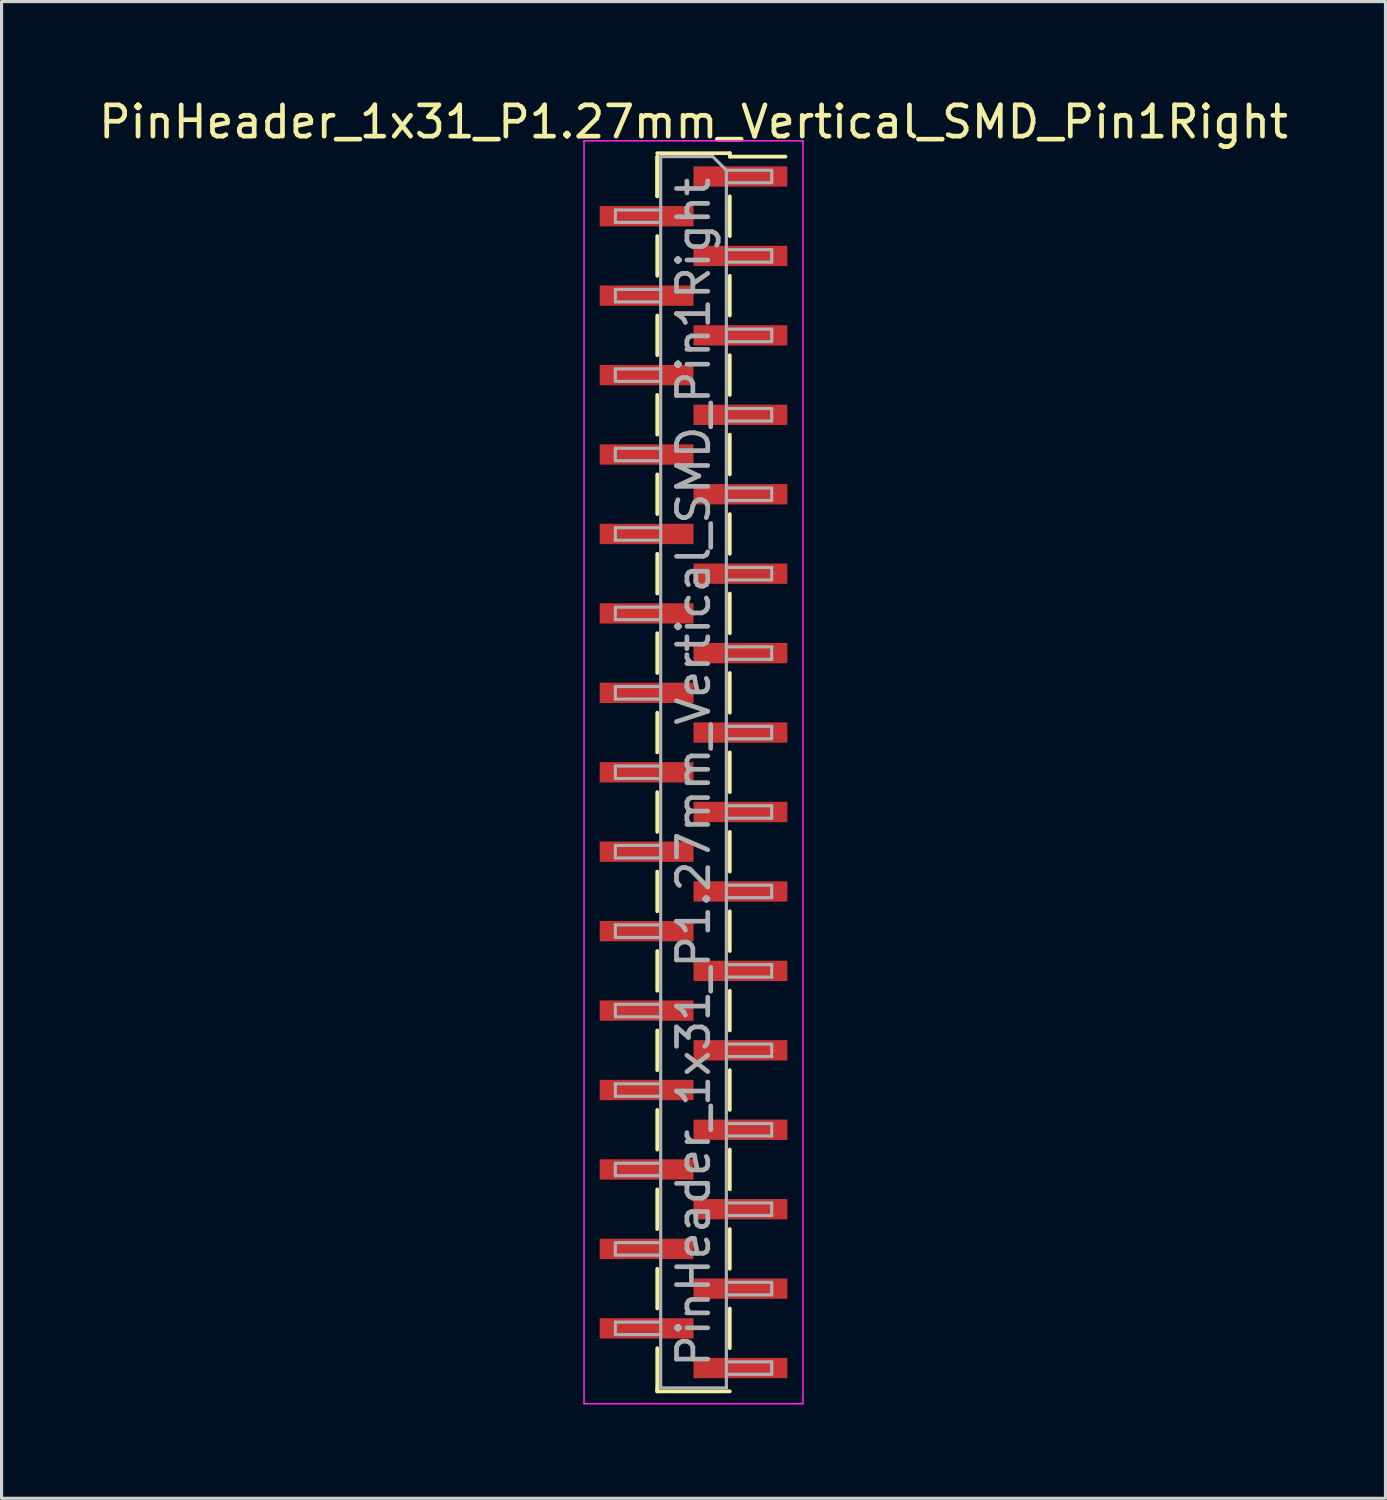
<source format=kicad_pcb>
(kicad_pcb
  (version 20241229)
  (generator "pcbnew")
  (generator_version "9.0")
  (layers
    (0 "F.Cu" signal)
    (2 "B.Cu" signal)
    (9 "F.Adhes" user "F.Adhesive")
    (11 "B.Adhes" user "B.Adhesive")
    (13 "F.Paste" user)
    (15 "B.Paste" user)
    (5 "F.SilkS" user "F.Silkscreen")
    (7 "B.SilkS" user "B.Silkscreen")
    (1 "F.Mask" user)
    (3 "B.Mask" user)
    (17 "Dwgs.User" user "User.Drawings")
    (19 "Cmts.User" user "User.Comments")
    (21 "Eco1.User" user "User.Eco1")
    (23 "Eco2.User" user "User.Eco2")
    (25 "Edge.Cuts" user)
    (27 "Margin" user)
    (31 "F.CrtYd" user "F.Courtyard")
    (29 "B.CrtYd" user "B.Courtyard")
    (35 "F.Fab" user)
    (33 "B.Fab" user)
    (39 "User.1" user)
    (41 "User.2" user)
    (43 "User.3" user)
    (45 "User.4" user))
  (footprint "PinHeader_1x31_P1.27mm_Vertical_SMD_Pin1Right"
    (layer "F.Cu")
    (at 19.125 21.643)
    (property "Reference" "PinHeader_1x31_P1.27mm_Vertical_SMD_Pin1Right" (at 0 -20.795 0) (layer "F.SilkS") (effects (font (size 1 1) (thickness 0.15))))
    (attr smd)
    (fp_line (start -1.16 -19.795) (end 1.16 -19.795) (stroke (width 0.12) (type solid)) (layer "F.SilkS"))
    (fp_line (start -1.16 -19.685) (end -1.16 -18.415) (stroke (width 0.12) (type solid)) (layer "F.SilkS"))
    (fp_line (start -1.16 -19.685) (end -1.16 -18.415) (stroke (width 0.12) (type solid)) (layer "F.SilkS"))
    (fp_line (start -1.16 -17.145) (end -1.16 -15.875) (stroke (width 0.12) (type solid)) (layer "F.SilkS"))
    (fp_line (start -1.16 -14.605) (end -1.16 -13.335) (stroke (width 0.12) (type solid)) (layer "F.SilkS"))
    (fp_line (start -1.16 -12.065) (end -1.16 -10.795) (stroke (width 0.12) (type solid)) (layer "F.SilkS"))
    (fp_line (start -1.16 -9.525) (end -1.16 -8.255) (stroke (width 0.12) (type solid)) (layer "F.SilkS"))
    (fp_line (start -1.16 -6.985) (end -1.16 -5.715) (stroke (width 0.12) (type solid)) (layer "F.SilkS"))
    (fp_line (start -1.16 -4.445) (end -1.16 -3.175) (stroke (width 0.12) (type solid)) (layer "F.SilkS"))
    (fp_line (start -1.16 -1.905) (end -1.16 -0.635) (stroke (width 0.12) (type solid)) (layer "F.SilkS"))
    (fp_line (start -1.16 0.635) (end -1.16 1.905) (stroke (width 0.12) (type solid)) (layer "F.SilkS"))
    (fp_line (start -1.16 3.175) (end -1.16 4.445) (stroke (width 0.12) (type solid)) (layer "F.SilkS"))
    (fp_line (start -1.16 5.715) (end -1.16 6.985) (stroke (width 0.12) (type solid)) (layer "F.SilkS"))
    (fp_line (start -1.16 8.255) (end -1.16 9.525) (stroke (width 0.12) (type solid)) (layer "F.SilkS"))
    (fp_line (start -1.16 10.795) (end -1.16 12.065) (stroke (width 0.12) (type solid)) (layer "F.SilkS"))
    (fp_line (start -1.16 13.335) (end -1.16 14.605) (stroke (width 0.12) (type solid)) (layer "F.SilkS"))
    (fp_line (start -1.16 15.875) (end -1.16 17.145) (stroke (width 0.12) (type solid)) (layer "F.SilkS"))
    (fp_line (start -1.16 18.415) (end -1.16 19.795) (stroke (width 0.12) (type solid)) (layer "F.SilkS"))
    (fp_line (start -1.16 19.685) (end -1.16 19.795) (stroke (width 0.12) (type solid)) (layer "F.SilkS"))
    (fp_line (start -1.16 19.795) (end 1.16 19.795) (stroke (width 0.12) (type solid)) (layer "F.SilkS"))
    (fp_line (start 1.16 -19.795) (end 1.16 -19.685) (stroke (width 0.12) (type solid)) (layer "F.SilkS"))
    (fp_line (start 1.16 -19.685) (end 2.94 -19.685) (stroke (width 0.12) (type solid)) (layer "F.SilkS"))
    (fp_line (start 1.16 -18.415) (end 1.16 -17.145) (stroke (width 0.12) (type solid)) (layer "F.SilkS"))
    (fp_line (start 1.16 -15.875) (end 1.16 -14.605) (stroke (width 0.12) (type solid)) (layer "F.SilkS"))
    (fp_line (start 1.16 -13.335) (end 1.16 -12.065) (stroke (width 0.12) (type solid)) (layer "F.SilkS"))
    (fp_line (start 1.16 -10.795) (end 1.16 -9.525) (stroke (width 0.12) (type solid)) (layer "F.SilkS"))
    (fp_line (start 1.16 -8.255) (end 1.16 -6.985) (stroke (width 0.12) (type solid)) (layer "F.SilkS"))
    (fp_line (start 1.16 -5.715) (end 1.16 -4.445) (stroke (width 0.12) (type solid)) (layer "F.SilkS"))
    (fp_line (start 1.16 -3.175) (end 1.16 -1.905) (stroke (width 0.12) (type solid)) (layer "F.SilkS"))
    (fp_line (start 1.16 -0.635) (end 1.16 0.635) (stroke (width 0.12) (type solid)) (layer "F.SilkS"))
    (fp_line (start 1.16 1.905) (end 1.16 3.175) (stroke (width 0.12) (type solid)) (layer "F.SilkS"))
    (fp_line (start 1.16 4.445) (end 1.16 5.715) (stroke (width 0.12) (type solid)) (layer "F.SilkS"))
    (fp_line (start 1.16 6.985) (end 1.16 8.255) (stroke (width 0.12) (type solid)) (layer "F.SilkS"))
    (fp_line (start 1.16 9.525) (end 1.16 10.795) (stroke (width 0.12) (type solid)) (layer "F.SilkS"))
    (fp_line (start 1.16 12.065) (end 1.16 13.335) (stroke (width 0.12) (type solid)) (layer "F.SilkS"))
    (fp_line (start 1.16 14.605) (end 1.16 15.875) (stroke (width 0.12) (type solid)) (layer "F.SilkS"))
    (fp_line (start 1.16 17.145) (end 1.16 18.415) (stroke (width 0.12) (type solid)) (layer "F.SilkS"))
    (fp_line (start -3.5 -20.19) (end -3.5 20.19) (stroke (width 0.05) (type solid)) (layer "F.CrtYd"))
    (fp_line (start -3.5 20.19) (end 3.5 20.19) (stroke (width 0.05) (type solid)) (layer "F.CrtYd"))
    (fp_line (start 3.5 -20.19) (end -3.5 -20.19) (stroke (width 0.05) (type solid)) (layer "F.CrtYd"))
    (fp_line (start 3.5 20.19) (end 3.5 -20.19) (stroke (width 0.05) (type solid)) (layer "F.CrtYd"))
    (fp_line (start -2.5 -17.98) (end -2.5 -17.58) (stroke (width 0.1) (type solid)) (layer "F.Fab"))
    (fp_line (start -2.5 -17.58) (end -1.05 -17.58) (stroke (width 0.1) (type solid)) (layer "F.Fab"))
    (fp_line (start -2.5 -15.44) (end -2.5 -15.04) (stroke (width 0.1) (type solid)) (layer "F.Fab"))
    (fp_line (start -2.5 -15.04) (end -1.05 -15.04) (stroke (width 0.1) (type solid)) (layer "F.Fab"))
    (fp_line (start -2.5 -12.9) (end -2.5 -12.5) (stroke (width 0.1) (type solid)) (layer "F.Fab"))
    (fp_line (start -2.5 -12.5) (end -1.05 -12.5) (stroke (width 0.1) (type solid)) (layer "F.Fab"))
    (fp_line (start -2.5 -10.36) (end -2.5 -9.96) (stroke (width 0.1) (type solid)) (layer "F.Fab"))
    (fp_line (start -2.5 -9.96) (end -1.05 -9.96) (stroke (width 0.1) (type solid)) (layer "F.Fab"))
    (fp_line (start -2.5 -7.82) (end -2.5 -7.42) (stroke (width 0.1) (type solid)) (layer "F.Fab"))
    (fp_line (start -2.5 -7.42) (end -1.05 -7.42) (stroke (width 0.1) (type solid)) (layer "F.Fab"))
    (fp_line (start -2.5 -5.28) (end -2.5 -4.88) (stroke (width 0.1) (type solid)) (layer "F.Fab"))
    (fp_line (start -2.5 -4.88) (end -1.05 -4.88) (stroke (width 0.1) (type solid)) (layer "F.Fab"))
    (fp_line (start -2.5 -2.74) (end -2.5 -2.34) (stroke (width 0.1) (type solid)) (layer "F.Fab"))
    (fp_line (start -2.5 -2.34) (end -1.05 -2.34) (stroke (width 0.1) (type solid)) (layer "F.Fab"))
    (fp_line (start -2.5 -0.2) (end -2.5 0.2) (stroke (width 0.1) (type solid)) (layer "F.Fab"))
    (fp_line (start -2.5 0.2) (end -1.05 0.2) (stroke (width 0.1) (type solid)) (layer "F.Fab"))
    (fp_line (start -2.5 2.34) (end -2.5 2.74) (stroke (width 0.1) (type solid)) (layer "F.Fab"))
    (fp_line (start -2.5 2.74) (end -1.05 2.74) (stroke (width 0.1) (type solid)) (layer "F.Fab"))
    (fp_line (start -2.5 4.88) (end -2.5 5.28) (stroke (width 0.1) (type solid)) (layer "F.Fab"))
    (fp_line (start -2.5 5.28) (end -1.05 5.28) (stroke (width 0.1) (type solid)) (layer "F.Fab"))
    (fp_line (start -2.5 7.42) (end -2.5 7.82) (stroke (width 0.1) (type solid)) (layer "F.Fab"))
    (fp_line (start -2.5 7.82) (end -1.05 7.82) (stroke (width 0.1) (type solid)) (layer "F.Fab"))
    (fp_line (start -2.5 9.96) (end -2.5 10.36) (stroke (width 0.1) (type solid)) (layer "F.Fab"))
    (fp_line (start -2.5 10.36) (end -1.05 10.36) (stroke (width 0.1) (type solid)) (layer "F.Fab"))
    (fp_line (start -2.5 12.5) (end -2.5 12.9) (stroke (width 0.1) (type solid)) (layer "F.Fab"))
    (fp_line (start -2.5 12.9) (end -1.05 12.9) (stroke (width 0.1) (type solid)) (layer "F.Fab"))
    (fp_line (start -2.5 15.04) (end -2.5 15.44) (stroke (width 0.1) (type solid)) (layer "F.Fab"))
    (fp_line (start -2.5 15.44) (end -1.05 15.44) (stroke (width 0.1) (type solid)) (layer "F.Fab"))
    (fp_line (start -2.5 17.58) (end -2.5 17.98) (stroke (width 0.1) (type solid)) (layer "F.Fab"))
    (fp_line (start -2.5 17.98) (end -1.05 17.98) (stroke (width 0.1) (type solid)) (layer "F.Fab"))
    (fp_line (start -1.05 -19.685) (end -1.05 19.685) (stroke (width 0.1) (type solid)) (layer "F.Fab"))
    (fp_line (start -1.05 -19.685) (end 0.615 -19.685) (stroke (width 0.1) (type solid)) (layer "F.Fab"))
    (fp_line (start -1.05 -17.98) (end -2.5 -17.98) (stroke (width 0.1) (type solid)) (layer "F.Fab"))
    (fp_line (start -1.05 -15.44) (end -2.5 -15.44) (stroke (width 0.1) (type solid)) (layer "F.Fab"))
    (fp_line (start -1.05 -12.9) (end -2.5 -12.9) (stroke (width 0.1) (type solid)) (layer "F.Fab"))
    (fp_line (start -1.05 -10.36) (end -2.5 -10.36) (stroke (width 0.1) (type solid)) (layer "F.Fab"))
    (fp_line (start -1.05 -7.82) (end -2.5 -7.82) (stroke (width 0.1) (type solid)) (layer "F.Fab"))
    (fp_line (start -1.05 -5.28) (end -2.5 -5.28) (stroke (width 0.1) (type solid)) (layer "F.Fab"))
    (fp_line (start -1.05 -2.74) (end -2.5 -2.74) (stroke (width 0.1) (type solid)) (layer "F.Fab"))
    (fp_line (start -1.05 -0.2) (end -2.5 -0.2) (stroke (width 0.1) (type solid)) (layer "F.Fab"))
    (fp_line (start -1.05 2.34) (end -2.5 2.34) (stroke (width 0.1) (type solid)) (layer "F.Fab"))
    (fp_line (start -1.05 4.88) (end -2.5 4.88) (stroke (width 0.1) (type solid)) (layer "F.Fab"))
    (fp_line (start -1.05 7.42) (end -2.5 7.42) (stroke (width 0.1) (type solid)) (layer "F.Fab"))
    (fp_line (start -1.05 9.96) (end -2.5 9.96) (stroke (width 0.1) (type solid)) (layer "F.Fab"))
    (fp_line (start -1.05 12.5) (end -2.5 12.5) (stroke (width 0.1) (type solid)) (layer "F.Fab"))
    (fp_line (start -1.05 15.04) (end -2.5 15.04) (stroke (width 0.1) (type solid)) (layer "F.Fab"))
    (fp_line (start -1.05 17.58) (end -2.5 17.58) (stroke (width 0.1) (type solid)) (layer "F.Fab"))
    (fp_line (start 1.05 -19.25) (end 0.615 -19.685) (stroke (width 0.1) (type solid)) (layer "F.Fab"))
    (fp_line (start 1.05 -19.25) (end 2.5 -19.25) (stroke (width 0.1) (type solid)) (layer "F.Fab"))
    (fp_line (start 1.05 -16.71) (end 2.5 -16.71) (stroke (width 0.1) (type solid)) (layer "F.Fab"))
    (fp_line (start 1.05 -14.17) (end 2.5 -14.17) (stroke (width 0.1) (type solid)) (layer "F.Fab"))
    (fp_line (start 1.05 -11.63) (end 2.5 -11.63) (stroke (width 0.1) (type solid)) (layer "F.Fab"))
    (fp_line (start 1.05 -9.09) (end 2.5 -9.09) (stroke (width 0.1) (type solid)) (layer "F.Fab"))
    (fp_line (start 1.05 -6.55) (end 2.5 -6.55) (stroke (width 0.1) (type solid)) (layer "F.Fab"))
    (fp_line (start 1.05 -4.01) (end 2.5 -4.01) (stroke (width 0.1) (type solid)) (layer "F.Fab"))
    (fp_line (start 1.05 -1.47) (end 2.5 -1.47) (stroke (width 0.1) (type solid)) (layer "F.Fab"))
    (fp_line (start 1.05 1.07) (end 2.5 1.07) (stroke (width 0.1) (type solid)) (layer "F.Fab"))
    (fp_line (start 1.05 3.61) (end 2.5 3.61) (stroke (width 0.1) (type solid)) (layer "F.Fab"))
    (fp_line (start 1.05 6.15) (end 2.5 6.15) (stroke (width 0.1) (type solid)) (layer "F.Fab"))
    (fp_line (start 1.05 8.69) (end 2.5 8.69) (stroke (width 0.1) (type solid)) (layer "F.Fab"))
    (fp_line (start 1.05 11.23) (end 2.5 11.23) (stroke (width 0.1) (type solid)) (layer "F.Fab"))
    (fp_line (start 1.05 13.77) (end 2.5 13.77) (stroke (width 0.1) (type solid)) (layer "F.Fab"))
    (fp_line (start 1.05 16.31) (end 2.5 16.31) (stroke (width 0.1) (type solid)) (layer "F.Fab"))
    (fp_line (start 1.05 18.85) (end 2.5 18.85) (stroke (width 0.1) (type solid)) (layer "F.Fab"))
    (fp_line (start 1.05 19.685) (end -1.05 19.685) (stroke (width 0.1) (type solid)) (layer "F.Fab"))
    (fp_line (start 1.05 19.685) (end 1.05 -19.25) (stroke (width 0.1) (type solid)) (layer "F.Fab"))
    (fp_line (start 2.5 -19.25) (end 2.5 -18.85) (stroke (width 0.1) (type solid)) (layer "F.Fab"))
    (fp_line (start 2.5 -18.85) (end 1.05 -18.85) (stroke (width 0.1) (type solid)) (layer "F.Fab"))
    (fp_line (start 2.5 -16.71) (end 2.5 -16.31) (stroke (width 0.1) (type solid)) (layer "F.Fab"))
    (fp_line (start 2.5 -16.31) (end 1.05 -16.31) (stroke (width 0.1) (type solid)) (layer "F.Fab"))
    (fp_line (start 2.5 -14.17) (end 2.5 -13.77) (stroke (width 0.1) (type solid)) (layer "F.Fab"))
    (fp_line (start 2.5 -13.77) (end 1.05 -13.77) (stroke (width 0.1) (type solid)) (layer "F.Fab"))
    (fp_line (start 2.5 -11.63) (end 2.5 -11.23) (stroke (width 0.1) (type solid)) (layer "F.Fab"))
    (fp_line (start 2.5 -11.23) (end 1.05 -11.23) (stroke (width 0.1) (type solid)) (layer "F.Fab"))
    (fp_line (start 2.5 -9.09) (end 2.5 -8.69) (stroke (width 0.1) (type solid)) (layer "F.Fab"))
    (fp_line (start 2.5 -8.69) (end 1.05 -8.69) (stroke (width 0.1) (type solid)) (layer "F.Fab"))
    (fp_line (start 2.5 -6.55) (end 2.5 -6.15) (stroke (width 0.1) (type solid)) (layer "F.Fab"))
    (fp_line (start 2.5 -6.15) (end 1.05 -6.15) (stroke (width 0.1) (type solid)) (layer "F.Fab"))
    (fp_line (start 2.5 -4.01) (end 2.5 -3.61) (stroke (width 0.1) (type solid)) (layer "F.Fab"))
    (fp_line (start 2.5 -3.61) (end 1.05 -3.61) (stroke (width 0.1) (type solid)) (layer "F.Fab"))
    (fp_line (start 2.5 -1.47) (end 2.5 -1.07) (stroke (width 0.1) (type solid)) (layer "F.Fab"))
    (fp_line (start 2.5 -1.07) (end 1.05 -1.07) (stroke (width 0.1) (type solid)) (layer "F.Fab"))
    (fp_line (start 2.5 1.07) (end 2.5 1.47) (stroke (width 0.1) (type solid)) (layer "F.Fab"))
    (fp_line (start 2.5 1.47) (end 1.05 1.47) (stroke (width 0.1) (type solid)) (layer "F.Fab"))
    (fp_line (start 2.5 3.61) (end 2.5 4.01) (stroke (width 0.1) (type solid)) (layer "F.Fab"))
    (fp_line (start 2.5 4.01) (end 1.05 4.01) (stroke (width 0.1) (type solid)) (layer "F.Fab"))
    (fp_line (start 2.5 6.15) (end 2.5 6.55) (stroke (width 0.1) (type solid)) (layer "F.Fab"))
    (fp_line (start 2.5 6.55) (end 1.05 6.55) (stroke (width 0.1) (type solid)) (layer "F.Fab"))
    (fp_line (start 2.5 8.69) (end 2.5 9.09) (stroke (width 0.1) (type solid)) (layer "F.Fab"))
    (fp_line (start 2.5 9.09) (end 1.05 9.09) (stroke (width 0.1) (type solid)) (layer "F.Fab"))
    (fp_line (start 2.5 11.23) (end 2.5 11.63) (stroke (width 0.1) (type solid)) (layer "F.Fab"))
    (fp_line (start 2.5 11.63) (end 1.05 11.63) (stroke (width 0.1) (type solid)) (layer "F.Fab"))
    (fp_line (start 2.5 13.77) (end 2.5 14.17) (stroke (width 0.1) (type solid)) (layer "F.Fab"))
    (fp_line (start 2.5 14.17) (end 1.05 14.17) (stroke (width 0.1) (type solid)) (layer "F.Fab"))
    (fp_line (start 2.5 16.31) (end 2.5 16.71) (stroke (width 0.1) (type solid)) (layer "F.Fab"))
    (fp_line (start 2.5 16.71) (end 1.05 16.71) (stroke (width 0.1) (type solid)) (layer "F.Fab"))
    (fp_line (start 2.5 18.85) (end 2.5 19.25) (stroke (width 0.1) (type solid)) (layer "F.Fab"))
    (fp_line (start 2.5 19.25) (end 1.05 19.25) (stroke (width 0.1) (type solid)) (layer "F.Fab"))
    (fp_text user "${REFERENCE}" (at 0 0 90) (layer "F.Fab") (effects (font (size 1 1) (thickness 0.15))))
    (pad "1" smd rect (at 1.5 -19.05) (size 3 0.65) (layers "F.Cu" "F.Mask" "F.Paste"))
    (pad "2" smd rect (at -1.5 -17.78) (size 3 0.65) (layers "F.Cu" "F.Mask" "F.Paste"))
    (pad "3" smd rect (at 1.5 -16.51) (size 3 0.65) (layers "F.Cu" "F.Mask" "F.Paste"))
    (pad "4" smd rect (at -1.5 -15.24) (size 3 0.65) (layers "F.Cu" "F.Mask" "F.Paste"))
    (pad "5" smd rect (at 1.5 -13.97) (size 3 0.65) (layers "F.Cu" "F.Mask" "F.Paste"))
    (pad "6" smd rect (at -1.5 -12.7) (size 3 0.65) (layers "F.Cu" "F.Mask" "F.Paste"))
    (pad "7" smd rect (at 1.5 -11.43) (size 3 0.65) (layers "F.Cu" "F.Mask" "F.Paste"))
    (pad "8" smd rect (at -1.5 -10.16) (size 3 0.65) (layers "F.Cu" "F.Mask" "F.Paste"))
    (pad "9" smd rect (at 1.5 -8.89) (size 3 0.65) (layers "F.Cu" "F.Mask" "F.Paste"))
    (pad "10" smd rect (at -1.5 -7.62) (size 3 0.65) (layers "F.Cu" "F.Mask" "F.Paste"))
    (pad "11" smd rect (at 1.5 -6.35) (size 3 0.65) (layers "F.Cu" "F.Mask" "F.Paste"))
    (pad "12" smd rect (at -1.5 -5.08) (size 3 0.65) (layers "F.Cu" "F.Mask" "F.Paste"))
    (pad "13" smd rect (at 1.5 -3.81) (size 3 0.65) (layers "F.Cu" "F.Mask" "F.Paste"))
    (pad "14" smd rect (at -1.5 -2.54) (size 3 0.65) (layers "F.Cu" "F.Mask" "F.Paste"))
    (pad "15" smd rect (at 1.5 -1.27) (size 3 0.65) (layers "F.Cu" "F.Mask" "F.Paste"))
    (pad "16" smd rect (at -1.5 0) (size 3 0.65) (layers "F.Cu" "F.Mask" "F.Paste"))
    (pad "17" smd rect (at 1.5 1.27) (size 3 0.65) (layers "F.Cu" "F.Mask" "F.Paste"))
    (pad "18" smd rect (at -1.5 2.54) (size 3 0.65) (layers "F.Cu" "F.Mask" "F.Paste"))
    (pad "19" smd rect (at 1.5 3.81) (size 3 0.65) (layers "F.Cu" "F.Mask" "F.Paste"))
    (pad "20" smd rect (at -1.5 5.08) (size 3 0.65) (layers "F.Cu" "F.Mask" "F.Paste"))
    (pad "21" smd rect (at 1.5 6.35) (size 3 0.65) (layers "F.Cu" "F.Mask" "F.Paste"))
    (pad "22" smd rect (at -1.5 7.62) (size 3 0.65) (layers "F.Cu" "F.Mask" "F.Paste"))
    (pad "23" smd rect (at 1.5 8.89) (size 3 0.65) (layers "F.Cu" "F.Mask" "F.Paste"))
    (pad "24" smd rect (at -1.5 10.16) (size 3 0.65) (layers "F.Cu" "F.Mask" "F.Paste"))
    (pad "25" smd rect (at 1.5 11.43) (size 3 0.65) (layers "F.Cu" "F.Mask" "F.Paste"))
    (pad "26" smd rect (at -1.5 12.7) (size 3 0.65) (layers "F.Cu" "F.Mask" "F.Paste"))
    (pad "27" smd rect (at 1.5 13.97) (size 3 0.65) (layers "F.Cu" "F.Mask" "F.Paste"))
    (pad "28" smd rect (at -1.5 15.24) (size 3 0.65) (layers "F.Cu" "F.Mask" "F.Paste"))
    (pad "29" smd rect (at 1.5 16.51) (size 3 0.65) (layers "F.Cu" "F.Mask" "F.Paste"))
    (pad "30" smd rect (at -1.5 17.78) (size 3 0.65) (layers "F.Cu" "F.Mask" "F.Paste"))
    (pad "31" smd rect (at 1.5 19.05) (size 3 0.65) (layers "F.Cu" "F.Mask" "F.Paste")))
  (gr_rect
    (start -3 -3)
    (end 41.25 44.858)
    (stroke (width 0.1) (type default))
    (fill no)
    (layer "Edge.Cuts")))
</source>
